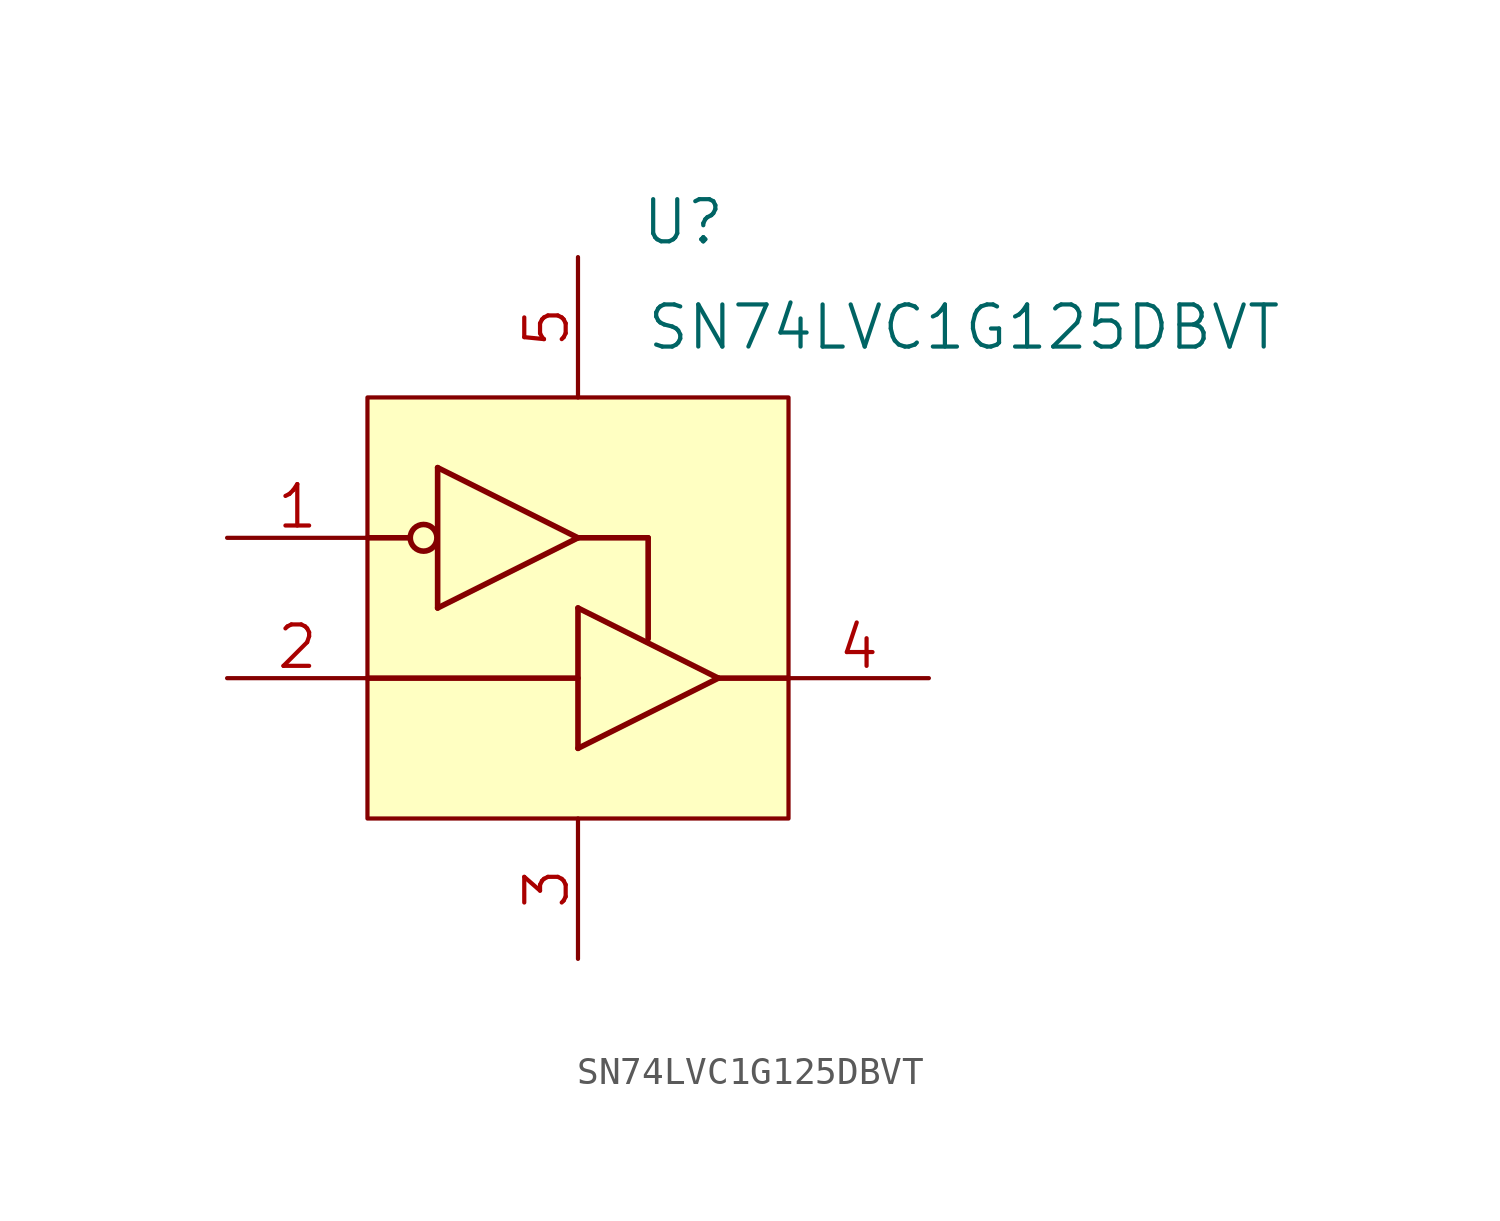
<source format=kicad_sym>
(kicad_symbol_lib
  (version 20211014)
  (generator kicad_symbol_editor)
  (symbol "SN74LVC1G125DBVT"
    (pin_names
      (offset 0.254) hide)
    (property "Reference" "U"
      (at 3.81 13.97 0)
      (effects (font (size 1.524 1.524))))
    (property "Value" "SN74LVC1G125DBVT"
      (at 13.97 10.16 0)
      (effects (font (size 1.524 1.524))))
    (property "Datasheet" ""
      (at 0 0 0)
      (effects (font (size 1.524 1.524))))
    (symbol "SN74LVC1G125DBVT_1_1"
      (rectangle (start -7.62 7.62) (end 7.62 -7.62) (stroke (width 0) (type default) (color 0 0 0 0)) (fill (type background)))
      (circle (center -5.588 2.54) (radius 0.483) (stroke (width 0.203) (type default) (color 0 0 0 0)) (fill (type none)))
      (polyline (pts (xy -6.096 2.54) (xy -7.62 2.54)) (stroke (width 0.203) (type default) (color 0 0 0 0)) (fill (type none)))
      (polyline (pts (xy -5.08 0) (xy -5.08 5.08)) (stroke (width 0.203) (type default) (color 0 0 0 0)) (fill (type none)))
      (polyline (pts (xy -5.08 5.08) (xy 0 2.54)) (stroke (width 0.203) (type default) (color 0 0 0 0)) (fill (type none)))
      (polyline (pts (xy 0 -5.08) (xy 0 0)) (stroke (width 0.203) (type default) (color 0 0 0 0)) (fill (type none)))
      (polyline (pts (xy 0 -2.54) (xy -7.62 -2.54)) (stroke (width 0.203) (type default) (color 0 0 0 0)) (fill (type none)))
      (polyline (pts (xy 0 0) (xy 5.08 -2.54)) (stroke (width 0.203) (type default) (color 0 0 0 0)) (fill (type none)))
      (polyline (pts (xy 0 2.54) (xy -5.08 0)) (stroke (width 0.203) (type default) (color 0 0 0 0)) (fill (type none)))
      (polyline (pts (xy 0 2.54) (xy 2.54 2.54)) (stroke (width 0.203) (type default) (color 0 0 0 0)) (fill (type none)))
      (polyline (pts (xy 2.54 2.54) (xy 2.54 -1.118)) (stroke (width 0.203) (type default) (color 0 0 0 0)) (fill (type none)))
      (polyline (pts (xy 5.08 -2.54) (xy 0 -5.08)) (stroke (width 0.203) (type default) (color 0 0 0 0)) (fill (type none)))
      (polyline (pts (xy 5.08 -2.54) (xy 7.62 -2.54)) (stroke (width 0.203) (type default) (color 0 0 0 0)) (fill (type none)))
      (pin input line (at -12.7 2.54 0) (length 5.08) (name "OE_N" (effects (font (size 1.499 1.499)))) (number "1" (effects (font (size 1.499 1.499)))))
      (pin input line (at -12.7 -2.54 0) (length 5.08) (name "A" (effects (font (size 1.499 1.499)))) (number "2" (effects (font (size 1.499 1.499)))))
      (pin power_in line (at 0 -12.7 90) (length 5.08) (name "GND" (effects (font (size 1.499 1.499)))) (number "3" (effects (font (size 1.499 1.499)))))
      (pin tri_state line (at 12.7 -2.54 180) (length 5.08) (name "Y" (effects (font (size 1.499 1.499)))) (number "4" (effects (font (size 1.499 1.499)))))
      (pin power_in line (at 0 12.7 270) (length 5.08) (name "VCC" (effects (font (size 1.499 1.499)))) (number "5" (effects (font (size 1.499 1.499))))))))
</source>
